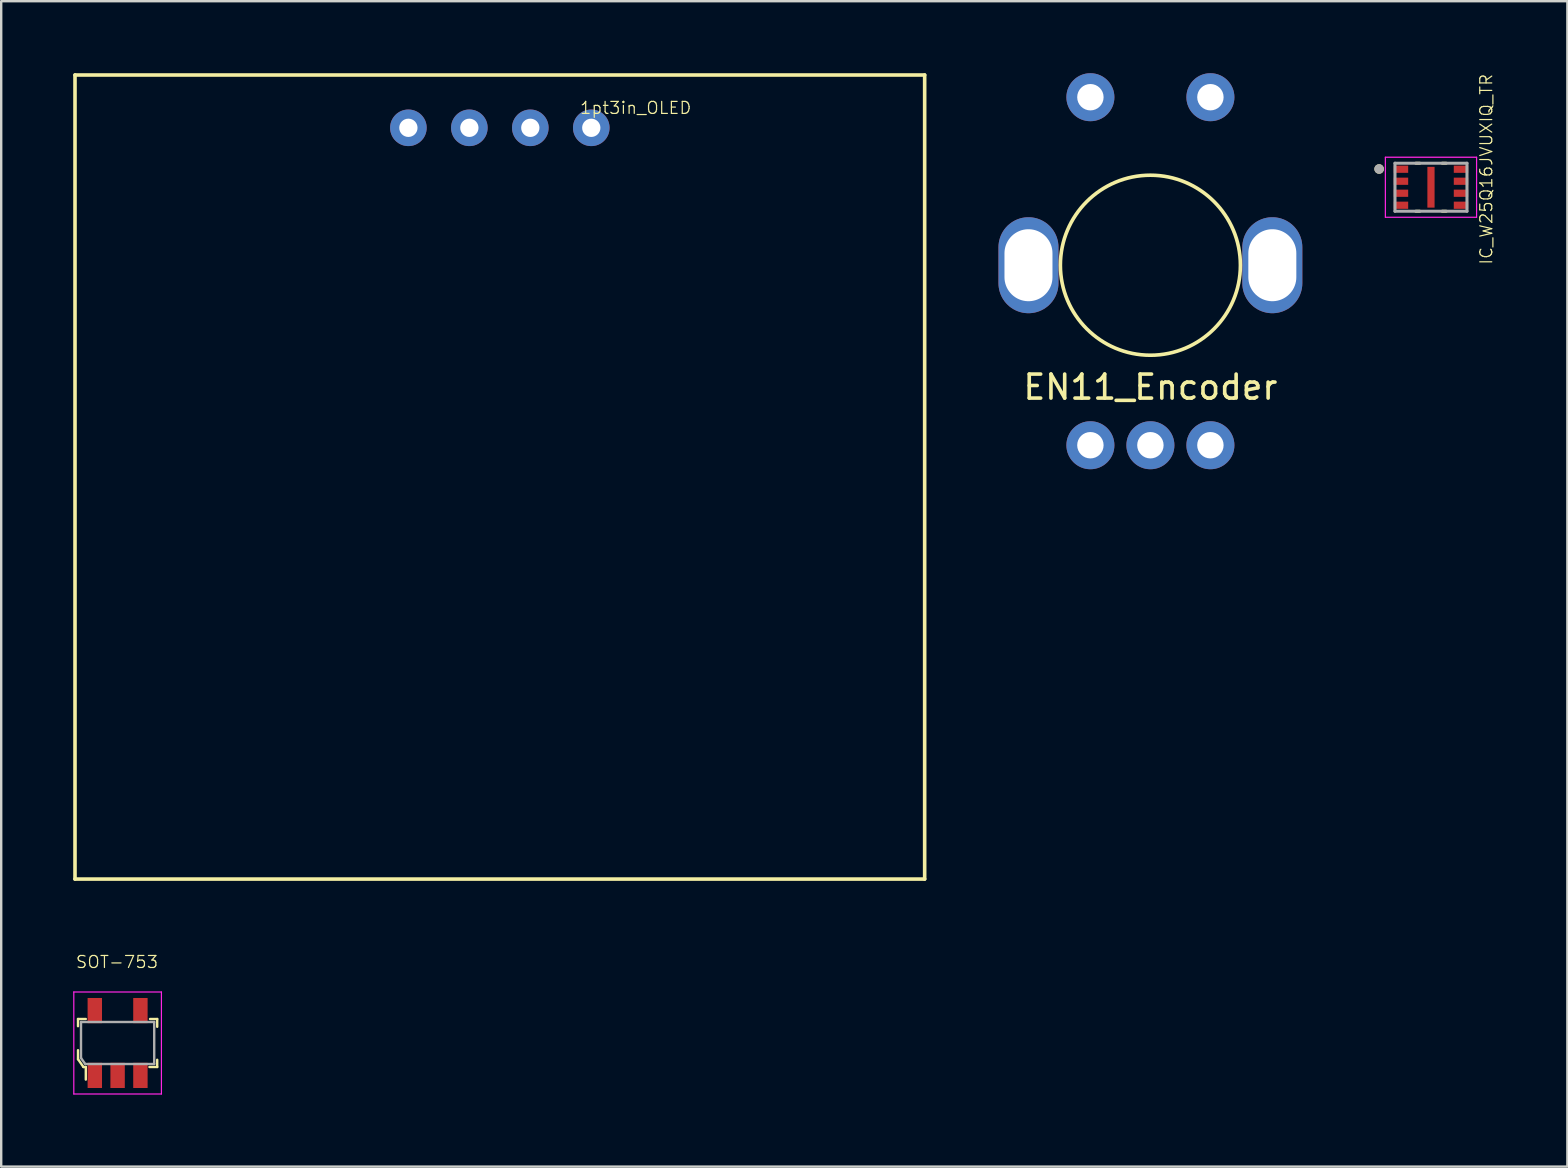
<source format=kicad_pcb>
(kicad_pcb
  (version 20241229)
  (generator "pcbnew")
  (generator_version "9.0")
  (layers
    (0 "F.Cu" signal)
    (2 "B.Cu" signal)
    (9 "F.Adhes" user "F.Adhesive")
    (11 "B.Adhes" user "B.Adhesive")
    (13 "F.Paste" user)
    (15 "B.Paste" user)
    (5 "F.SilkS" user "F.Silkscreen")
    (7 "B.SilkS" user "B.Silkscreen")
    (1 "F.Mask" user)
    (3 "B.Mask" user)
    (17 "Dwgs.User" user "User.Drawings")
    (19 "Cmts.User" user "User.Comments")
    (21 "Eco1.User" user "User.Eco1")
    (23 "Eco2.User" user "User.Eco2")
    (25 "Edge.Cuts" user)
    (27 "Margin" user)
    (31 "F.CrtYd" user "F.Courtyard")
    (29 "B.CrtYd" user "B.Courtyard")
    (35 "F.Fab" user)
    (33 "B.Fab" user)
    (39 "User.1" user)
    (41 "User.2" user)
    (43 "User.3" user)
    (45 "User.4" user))
  (footprint "1pt3in_OLED"
    (layer "F.Cu")
    (at 17.775 2.275)
    (property "Reference" "1pt3in_OLED" (at 5.66 -0.83 0) (layer "F.SilkS") (effects (font (size 0.5 0.5) (thickness 0.05))))
    (attr through_hole exclude_from_bom)
    (fp_line (start -17.7 -2.2) (end -17.7 31.3) (stroke (width 0.15) (type solid)) (layer "F.SilkS"))
    (fp_line (start -17.7 -2.2) (end 17.7 -2.2) (stroke (width 0.15) (type solid)) (layer "F.SilkS"))
    (fp_line (start -17.7 31.3) (end 17.7 31.3) (stroke (width 0.15) (type solid)) (layer "F.SilkS"))
    (fp_line (start 17.7 -2.2) (end 17.7 31.3) (stroke (width 0.15) (type solid)) (layer "F.SilkS"))
    (pad "1" thru_hole circle (at -3.81 0) (size 1.524 1.524) (drill 0.762) (layers "*.Cu" "*.Mask"))
    (pad "2" thru_hole circle (at -1.27 0) (size 1.524 1.524) (drill 0.762) (layers "*.Cu" "*.Mask"))
    (pad "3" thru_hole circle (at 1.27 0) (size 1.524 1.524) (drill 0.762) (layers "*.Cu" "*.Mask"))
    (pad "4" thru_hole circle (at 3.81 0) (size 1.524 1.524) (drill 0.762) (layers "*.Cu" "*.Mask")))
  (footprint "IC_W25Q16JVUXIQ_TR"
    (layer "F.Cu")
    (at 56.57 4.751)
    (property "Reference" "IC_W25Q16JVUXIQ_TR" (at 2.303 -0.75 90) (layer "F.SilkS") (effects (font (size 0.5 0.5) (thickness 0.05))))
    (attr smd)
    (fp_line (start -0.63 -1) (end -0.47 -1) (stroke (width 0.127) (type solid)) (layer "F.SilkS"))
    (fp_line (start -0.63 1) (end -0.47 1) (stroke (width 0.127) (type solid)) (layer "F.SilkS"))
    (fp_line (start 0.63 -1) (end 0.47 -1) (stroke (width 0.127) (type solid)) (layer "F.SilkS"))
    (fp_line (start 0.63 1) (end 0.47 1) (stroke (width 0.127) (type solid)) (layer "F.SilkS"))
    (fp_circle (center -2.16 -0.76) (end -2.06 -0.76) (stroke (width 0.2) (type solid)) (fill no) (layer "F.SilkS"))
    (fp_poly (pts (xy -1.65 -0.85) (xy -1.1 -0.85) (xy -1.1 -0.65) (xy -1.65 -0.65)) (stroke (width 0.01) (type solid)) (fill yes) (layer "F.Paste"))
    (fp_poly (pts (xy -1.65 -0.35) (xy -1.1 -0.35) (xy -1.1 -0.15) (xy -1.65 -0.15)) (stroke (width 0.01) (type solid)) (fill yes) (layer "F.Paste"))
    (fp_poly (pts (xy -1.65 0.15) (xy -1.1 0.15) (xy -1.1 0.35) (xy -1.65 0.35)) (stroke (width 0.01) (type solid)) (fill yes) (layer "F.Paste"))
    (fp_poly (pts (xy -1.65 0.65) (xy -1.1 0.65) (xy -1.1 0.85) (xy -1.65 0.85)) (stroke (width 0.01) (type solid)) (fill yes) (layer "F.Paste"))
    (fp_poly (pts (xy -0.1 -0.6) (xy 0.1 -0.6) (xy 0.1 -0.1) (xy -0.1 -0.1)) (stroke (width 0.01) (type solid)) (fill yes) (layer "F.Paste"))
    (fp_poly (pts (xy -0.1 0.1) (xy 0.1 0.1) (xy 0.1 0.6) (xy -0.1 0.6)) (stroke (width 0.01) (type solid)) (fill yes) (layer "F.Paste"))
    (fp_poly (pts (xy 1.1 -0.85) (xy 1.65 -0.85) (xy 1.65 -0.65) (xy 1.1 -0.65)) (stroke (width 0.01) (type solid)) (fill yes) (layer "F.Paste"))
    (fp_poly (pts (xy 1.1 -0.35) (xy 1.65 -0.35) (xy 1.65 -0.15) (xy 1.1 -0.15)) (stroke (width 0.01) (type solid)) (fill yes) (layer "F.Paste"))
    (fp_poly (pts (xy 1.1 0.15) (xy 1.65 0.15) (xy 1.65 0.35) (xy 1.1 0.35)) (stroke (width 0.01) (type solid)) (fill yes) (layer "F.Paste"))
    (fp_poly (pts (xy 1.1 0.65) (xy 1.65 0.65) (xy 1.65 0.85) (xy 1.1 0.85)) (stroke (width 0.01) (type solid)) (fill yes) (layer "F.Paste"))
    (fp_line (start -1.9 -1.25) (end -1.9 1.25) (stroke (width 0.05) (type solid)) (layer "F.CrtYd"))
    (fp_line (start -1.9 1.25) (end 1.9 1.25) (stroke (width 0.05) (type solid)) (layer "F.CrtYd"))
    (fp_line (start 1.9 -1.25) (end -1.9 -1.25) (stroke (width 0.05) (type solid)) (layer "F.CrtYd"))
    (fp_line (start 1.9 1.25) (end 1.9 -1.25) (stroke (width 0.05) (type solid)) (layer "F.CrtYd"))
    (fp_line (start -1.5 -1) (end 1.5 -1) (stroke (width 0.127) (type solid)) (layer "F.Fab"))
    (fp_line (start -1.5 1) (end -1.5 -1) (stroke (width 0.127) (type solid)) (layer "F.Fab"))
    (fp_line (start 1.5 -1) (end 1.5 1) (stroke (width 0.127) (type solid)) (layer "F.Fab"))
    (fp_line (start 1.5 1) (end -1.5 1) (stroke (width 0.127) (type solid)) (layer "F.Fab"))
    (fp_circle (center -2.16 -0.76) (end -2.06 -0.76) (stroke (width 0.2) (type solid)) (fill no) (layer "F.Fab"))
    (pad "1" smd rect (at -1.25 -0.75) (size 0.6 0.3) (layers "F.Cu" "F.Mask"))
    (pad "2" smd rect (at -1.25 -0.25) (size 0.6 0.3) (layers "F.Cu" "F.Mask"))
    (pad "3" smd rect (at -1.25 0.25) (size 0.6 0.3) (layers "F.Cu" "F.Mask"))
    (pad "4" smd rect (at -1.25 0.75) (size 0.6 0.3) (layers "F.Cu" "F.Mask"))
    (pad "5" smd rect (at 1.25 0.75) (size 0.6 0.3) (layers "F.Cu" "F.Mask"))
    (pad "6" smd rect (at 1.25 0.25) (size 0.6 0.3) (layers "F.Cu" "F.Mask"))
    (pad "7" smd rect (at 1.25 -0.25) (size 0.6 0.3) (layers "F.Cu" "F.Mask"))
    (pad "8" smd rect (at 1.25 -0.75) (size 0.6 0.3) (layers "F.Cu" "F.Mask"))
    (pad "9" smd rect (at 0 0) (size 0.3 1.7) (layers "F.Cu" "F.Mask")))
  (footprint "SOT-753"
    (layer "F.Cu")
    (at 1.85 40.405)
    (property "Reference" "SOT-753" (at -0.025 -3.375 0) (layer "F.SilkS") (effects (font (size 0.5 0.5) (thickness 0.05))))
    (attr smd)
    (fp_line (start -1.65 -1) (end -1.65 -0.7) (stroke (width 0.1) (type solid)) (layer "F.SilkS"))
    (fp_line (start -1.65 0.675) (end -1.65 0.3) (stroke (width 0.1) (type solid)) (layer "F.SilkS"))
    (fp_line (start -1.65 0.675) (end -1.425 1) (stroke (width 0.1) (type solid)) (layer "F.SilkS"))
    (fp_line (start -1.425 1) (end -1.325 1) (stroke (width 0.1) (type solid)) (layer "F.SilkS"))
    (fp_line (start -1.325 -1) (end -1.65 -1) (stroke (width 0.1) (type solid)) (layer "F.SilkS"))
    (fp_line (start -1.325 1) (end -1.325 1.525) (stroke (width 0.1) (type solid)) (layer "F.SilkS"))
    (fp_line (start 1.325 1) (end 1.65 1) (stroke (width 0.1) (type solid)) (layer "F.SilkS"))
    (fp_line (start 1.35 -1) (end 1.65 -1) (stroke (width 0.1) (type solid)) (layer "F.SilkS"))
    (fp_line (start 1.65 -1) (end 1.65 -0.675) (stroke (width 0.1) (type solid)) (layer "F.SilkS"))
    (fp_line (start 1.65 1) (end 1.65 0.7) (stroke (width 0.1) (type solid)) (layer "F.SilkS"))
    (fp_line (start -1.825 -2.125) (end 1.825 -2.125) (stroke (width 0.05) (type solid)) (layer "F.CrtYd"))
    (fp_line (start -1.825 2.125) (end -1.825 -2.125) (stroke (width 0.05) (type solid)) (layer "F.CrtYd"))
    (fp_line (start 1.825 -2.125) (end 1.825 2.125) (stroke (width 0.05) (type solid)) (layer "F.CrtYd"))
    (fp_line (start 1.825 2.125) (end -1.825 2.125) (stroke (width 0.05) (type solid)) (layer "F.CrtYd"))
    (fp_line (start -1.525 -0.875) (end 1.525 -0.875) (stroke (width 0.1) (type solid)) (layer "F.Fab"))
    (fp_line (start -1.525 0.625) (end -1.525 -0.875) (stroke (width 0.1) (type solid)) (layer "F.Fab"))
    (fp_line (start -1.525 0.625) (end -1.35 0.875) (stroke (width 0.1) (type solid)) (layer "F.Fab"))
    (fp_line (start -1.35 0.875) (end 1.525 0.875) (stroke (width 0.1) (type solid)) (layer "F.Fab"))
    (fp_line (start 1.525 -0.875) (end 1.525 0.875) (stroke (width 0.1) (type solid)) (layer "F.Fab"))
    (pad "1" smd rect (at -0.95 1.35) (size 0.6 1.05) (layers "F.Cu" "F.Mask" "F.Paste"))
    (pad "2" smd rect (at 0 1.35) (size 0.6 1.05) (layers "F.Cu" "F.Mask" "F.Paste"))
    (pad "3" smd rect (at 0.95 1.35) (size 0.6 1.05) (layers "F.Cu" "F.Mask" "F.Paste"))
    (pad "4" smd rect (at 0.95 -1.35) (size 0.6 1.05) (layers "F.Cu" "F.Mask" "F.Paste"))
    (pad "5" smd rect (at -0.95 -1.35) (size 0.6 1.05) (layers "F.Cu" "F.Mask" "F.Paste")))
  (footprint "EN11_Encoder"
    (layer "F.Cu")
    (at 44.88 8)
    (property "Reference" "EN11_Encoder" (at 0 5.08 0) (layer "F.SilkS") (effects (font (size 1 1) (thickness 0.15))))
    (attr through_hole exclude_from_bom)
    (fp_circle (center 0 0) (end 3.75 0) (stroke (width 0.15) (type solid)) (fill no) (layer "F.SilkS"))
    (pad "A" thru_hole circle (at -2.5 7.5) (size 2 2) (drill 1.1) (layers "*.Cu" "*.Mask"))
    (pad "B" thru_hole circle (at 2.5 7.5) (size 2 2) (drill 1.1) (layers "*.Cu" "*.Mask"))
    (pad "C" thru_hole circle (at 0 7.5) (size 2 2) (drill 1.1) (layers "*.Cu" "*.Mask"))
    (pad "MP" thru_hole oval (at -5.08 0) (size 2.5 4) (drill oval 2 3) (layers "*.Cu" "*.Mask"))
    (pad "MP" thru_hole oval (at 5.08 0 180) (size 2.5 4) (drill oval 2 3) (layers "*.Cu" "*.Mask"))
    (pad "S1" thru_hole circle (at -2.5 -7) (size 2 2) (drill 1.1) (layers "*.Cu" "*.Mask"))
    (pad "S2" thru_hole circle (at 2.5 -7) (size 2 2) (drill 1.1) (layers "*.Cu" "*.Mask")))
  (gr_rect
    (start -3 -3)
    (end 62.253 45.555)
    (stroke (width 0.1) (type default))
    (fill no)
    (layer "Edge.Cuts")))
</source>
